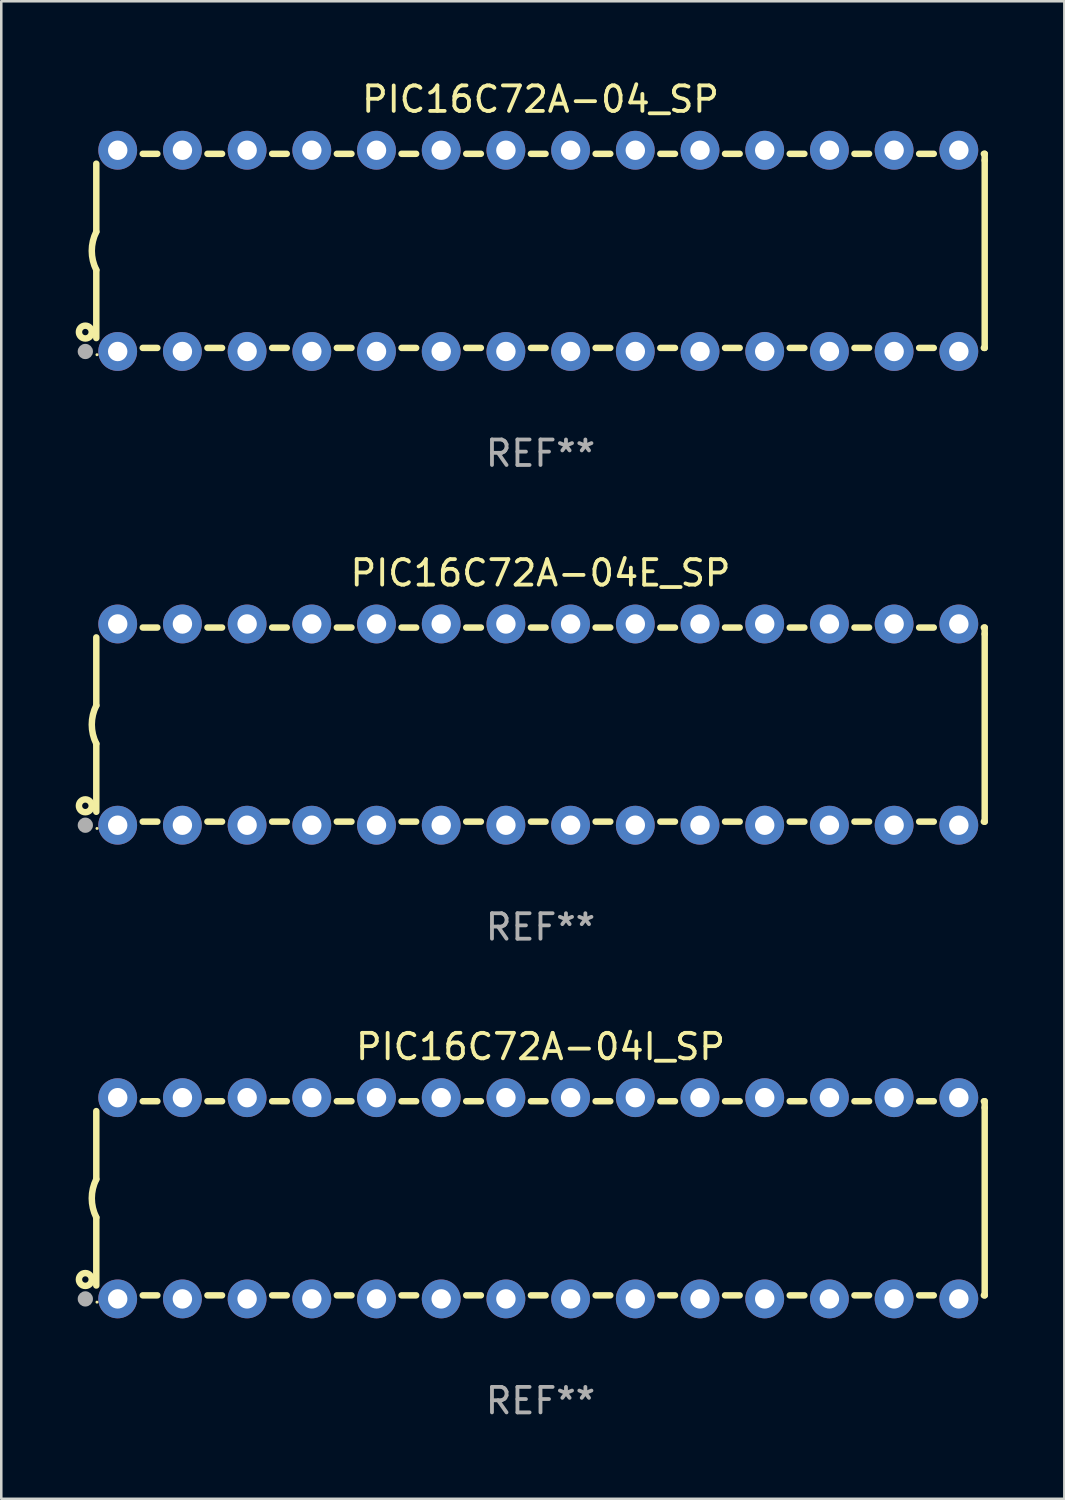
<source format=kicad_pcb>
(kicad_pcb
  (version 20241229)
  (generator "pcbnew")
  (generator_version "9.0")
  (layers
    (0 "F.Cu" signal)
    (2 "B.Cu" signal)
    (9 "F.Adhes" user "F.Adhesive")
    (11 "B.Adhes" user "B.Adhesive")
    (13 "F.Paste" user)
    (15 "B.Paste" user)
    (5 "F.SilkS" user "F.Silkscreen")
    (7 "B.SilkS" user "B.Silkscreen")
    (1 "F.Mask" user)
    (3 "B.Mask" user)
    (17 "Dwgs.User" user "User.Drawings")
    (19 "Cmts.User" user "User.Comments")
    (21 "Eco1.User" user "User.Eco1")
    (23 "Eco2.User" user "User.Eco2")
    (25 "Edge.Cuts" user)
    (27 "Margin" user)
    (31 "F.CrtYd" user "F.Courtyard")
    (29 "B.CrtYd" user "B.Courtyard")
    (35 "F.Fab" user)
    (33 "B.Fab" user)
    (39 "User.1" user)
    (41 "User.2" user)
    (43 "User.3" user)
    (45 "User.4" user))
  (footprint "PIC16C72A-04I_SP"
    (layer "F.Cu")
    (at 18.168 43.991)
    (property "Reference" "PIC16C72A-04I_SP" (at 0 -5.95 0) (layer "F.SilkS") (effects (font (size 1 1) (thickness 0.15))))
    (attr through_hole)
    (fp_line (start -17.438 0.75) (end -17.438 3.423) (stroke (width 0.254) (type solid)) (layer "F.SilkS"))
    (fp_line (start -17.438 -3.423) (end -17.438 -0.75) (stroke (width 0.254) (type solid)) (layer "F.SilkS"))
    (fp_line (start -15.615 3.81) (end -15.041 3.81) (stroke (width 0.254) (type solid)) (layer "F.SilkS"))
    (fp_line (start -15.041 -3.81) (end -15.614 -3.81) (stroke (width 0.254) (type solid)) (layer "F.SilkS"))
    (fp_line (start -13.075 3.81) (end -12.501 3.81) (stroke (width 0.254) (type solid)) (layer "F.SilkS"))
    (fp_line (start -12.501 -3.81) (end -13.074 -3.81) (stroke (width 0.254) (type solid)) (layer "F.SilkS"))
    (fp_line (start -10.535 3.81) (end -9.961 3.81) (stroke (width 0.254) (type solid)) (layer "F.SilkS"))
    (fp_line (start -9.961 -3.81) (end -10.534 -3.81) (stroke (width 0.254) (type solid)) (layer "F.SilkS"))
    (fp_line (start -7.995 3.81) (end -7.421 3.81) (stroke (width 0.254) (type solid)) (layer "F.SilkS"))
    (fp_line (start -7.421 -3.81) (end -7.995 -3.81) (stroke (width 0.254) (type solid)) (layer "F.SilkS"))
    (fp_line (start -5.455 3.81) (end -4.881 3.81) (stroke (width 0.254) (type solid)) (layer "F.SilkS"))
    (fp_line (start -4.881 -3.81) (end -5.455 -3.81) (stroke (width 0.254) (type solid)) (layer "F.SilkS"))
    (fp_line (start -2.915 3.81) (end -2.341 3.81) (stroke (width 0.254) (type solid)) (layer "F.SilkS"))
    (fp_line (start -2.341 -3.81) (end -2.915 -3.81) (stroke (width 0.254) (type solid)) (layer "F.SilkS"))
    (fp_line (start -0.375 3.81) (end 0.199 3.81) (stroke (width 0.254) (type solid)) (layer "F.SilkS"))
    (fp_line (start 0.199 -3.81) (end -0.375 -3.81) (stroke (width 0.254) (type solid)) (layer "F.SilkS"))
    (fp_line (start 2.165 3.81) (end 2.739 3.81) (stroke (width 0.254) (type solid)) (layer "F.SilkS"))
    (fp_line (start 2.739 -3.81) (end 2.165 -3.81) (stroke (width 0.254) (type solid)) (layer "F.SilkS"))
    (fp_line (start 4.705 3.81) (end 5.279 3.81) (stroke (width 0.254) (type solid)) (layer "F.SilkS"))
    (fp_line (start 5.279 -3.81) (end 4.705 -3.81) (stroke (width 0.254) (type solid)) (layer "F.SilkS"))
    (fp_line (start 7.245 3.81) (end 7.819 3.81) (stroke (width 0.254) (type solid)) (layer "F.SilkS"))
    (fp_line (start 7.819 -3.81) (end 7.245 -3.81) (stroke (width 0.254) (type solid)) (layer "F.SilkS"))
    (fp_line (start 9.785 3.81) (end 10.359 3.81) (stroke (width 0.254) (type solid)) (layer "F.SilkS"))
    (fp_line (start 10.359 -3.81) (end 9.785 -3.81) (stroke (width 0.254) (type solid)) (layer "F.SilkS"))
    (fp_line (start 12.325 3.81) (end 12.899 3.81) (stroke (width 0.254) (type solid)) (layer "F.SilkS"))
    (fp_line (start 12.899 -3.81) (end 12.325 -3.81) (stroke (width 0.254) (type solid)) (layer "F.SilkS"))
    (fp_line (start 14.865 3.81) (end 15.439 3.81) (stroke (width 0.254) (type solid)) (layer "F.SilkS"))
    (fp_line (start 15.439 -3.81) (end 14.865 -3.81) (stroke (width 0.254) (type solid)) (layer "F.SilkS"))
    (fp_line (start 17.405 3.81) (end 17.438 3.81) (stroke (width 0.254) (type solid)) (layer "F.SilkS"))
    (fp_line (start 17.438 -3.81) (end 17.405 -3.81) (stroke (width 0.254) (type solid)) (layer "F.SilkS"))
    (fp_line (start 17.438 -3.556) (end 17.438 -3.81) (stroke (width 0.254) (type solid)) (layer "F.SilkS"))
    (fp_line (start 17.438 3.81) (end 17.438 -3.556) (stroke (width 0.254) (type solid)) (layer "F.SilkS"))
    (fp_arc (start -17.437986 0.749657) (mid -17.614887 -0.000024) (end -17.437783 -0.749657) (stroke (width 0.254001) (type solid)) (layer "F.SilkS"))
    (fp_circle (center -17.868 3.188) (end -17.743 3.188) (stroke (width 0.254) (type solid)) (fill no) (layer "F.SilkS"))
    (fp_circle (center -17.411 4.077) (end -17.381 4.077) (stroke (width 0.06) (type solid)) (fill no) (layer "F.SilkS"))
    (fp_circle (center -17.868 3.95) (end -17.718 3.95) (stroke (width 0.3) (type solid)) (fill no) (layer "F.Fab"))
    (fp_text user "REF**" (at 0 7.95 0) (layer "F.Fab") (effects (font (size 1 1) (thickness 0.15))))
    (pad "1" thru_hole circle (at -16.598 3.95) (size 1.524 1.524) (drill 0.762) (layers "*.Cu" "*.Mask"))
    (pad "2" thru_hole circle (at -14.058 3.95) (size 1.524 1.524) (drill 0.762) (layers "*.Cu" "*.Mask"))
    (pad "3" thru_hole circle (at -11.518 3.95) (size 1.524 1.524) (drill 0.762) (layers "*.Cu" "*.Mask"))
    (pad "4" thru_hole circle (at -8.978 3.95) (size 1.524 1.524) (drill 0.762) (layers "*.Cu" "*.Mask"))
    (pad "5" thru_hole circle (at -6.438 3.95) (size 1.524 1.524) (drill 0.762) (layers "*.Cu" "*.Mask"))
    (pad "6" thru_hole circle (at -3.898 3.95) (size 1.524 1.524) (drill 0.762) (layers "*.Cu" "*.Mask"))
    (pad "7" thru_hole circle (at -1.358 3.95) (size 1.524 1.524) (drill 0.762) (layers "*.Cu" "*.Mask"))
    (pad "8" thru_hole circle (at 1.182 3.95) (size 1.524 1.524) (drill 0.762) (layers "*.Cu" "*.Mask"))
    (pad "9" thru_hole circle (at 3.722 3.95) (size 1.524 1.524) (drill 0.762) (layers "*.Cu" "*.Mask"))
    (pad "10" thru_hole circle (at 6.262 3.95) (size 1.524 1.524) (drill 0.762) (layers "*.Cu" "*.Mask"))
    (pad "11" thru_hole circle (at 8.802 3.95) (size 1.524 1.524) (drill 0.762) (layers "*.Cu" "*.Mask"))
    (pad "12" thru_hole circle (at 11.342 3.95) (size 1.524 1.524) (drill 0.762) (layers "*.Cu" "*.Mask"))
    (pad "13" thru_hole circle (at 13.882 3.95) (size 1.524 1.524) (drill 0.762) (layers "*.Cu" "*.Mask"))
    (pad "14" thru_hole circle (at 16.422 3.95) (size 1.524 1.524) (drill 0.762) (layers "*.Cu" "*.Mask"))
    (pad "15" thru_hole circle (at 16.422 -3.95) (size 1.524 1.524) (drill 0.762) (layers "*.Cu" "*.Mask"))
    (pad "16" thru_hole circle (at 13.882 -3.95) (size 1.524 1.524) (drill 0.762) (layers "*.Cu" "*.Mask"))
    (pad "17" thru_hole circle (at 11.342 -3.95) (size 1.524 1.524) (drill 0.762) (layers "*.Cu" "*.Mask"))
    (pad "18" thru_hole circle (at 8.802 -3.95) (size 1.524 1.524) (drill 0.762) (layers "*.Cu" "*.Mask"))
    (pad "19" thru_hole circle (at 6.262 -3.95) (size 1.524 1.524) (drill 0.762) (layers "*.Cu" "*.Mask"))
    (pad "20" thru_hole circle (at 3.722 -3.95) (size 1.524 1.524) (drill 0.762) (layers "*.Cu" "*.Mask"))
    (pad "21" thru_hole circle (at 1.182 -3.95) (size 1.524 1.524) (drill 0.762) (layers "*.Cu" "*.Mask"))
    (pad "22" thru_hole circle (at -1.358 -3.95) (size 1.524 1.524) (drill 0.762) (layers "*.Cu" "*.Mask"))
    (pad "23" thru_hole circle (at -3.898 -3.95) (size 1.524 1.524) (drill 0.762) (layers "*.Cu" "*.Mask"))
    (pad "24" thru_hole circle (at -6.438 -3.95) (size 1.524 1.524) (drill 0.762) (layers "*.Cu" "*.Mask"))
    (pad "25" thru_hole circle (at -8.978 -3.95) (size 1.524 1.524) (drill 0.762) (layers "*.Cu" "*.Mask"))
    (pad "26" thru_hole circle (at -11.517 -3.95) (size 1.524 1.524) (drill 0.762) (layers "*.Cu" "*.Mask"))
    (pad "27" thru_hole circle (at -14.057 -3.95) (size 1.524 1.524) (drill 0.762) (layers "*.Cu" "*.Mask"))
    (pad "28" thru_hole circle (at -16.597 -3.95) (size 1.524 1.524) (drill 0.762) (layers "*.Cu" "*.Mask")))
  (footprint "PIC16C72A-04E_SP"
    (layer "F.Cu")
    (at 18.168 25.395)
    (property "Reference" "PIC16C72A-04E_SP" (at 0 -5.95 0) (layer "F.SilkS") (effects (font (size 1 1) (thickness 0.15))))
    (attr through_hole)
    (fp_line (start -17.438 0.75) (end -17.438 3.423) (stroke (width 0.254) (type solid)) (layer "F.SilkS"))
    (fp_line (start -17.438 -3.423) (end -17.438 -0.75) (stroke (width 0.254) (type solid)) (layer "F.SilkS"))
    (fp_line (start -15.615 3.81) (end -15.041 3.81) (stroke (width 0.254) (type solid)) (layer "F.SilkS"))
    (fp_line (start -15.041 -3.81) (end -15.614 -3.81) (stroke (width 0.254) (type solid)) (layer "F.SilkS"))
    (fp_line (start -13.075 3.81) (end -12.501 3.81) (stroke (width 0.254) (type solid)) (layer "F.SilkS"))
    (fp_line (start -12.501 -3.81) (end -13.074 -3.81) (stroke (width 0.254) (type solid)) (layer "F.SilkS"))
    (fp_line (start -10.535 3.81) (end -9.961 3.81) (stroke (width 0.254) (type solid)) (layer "F.SilkS"))
    (fp_line (start -9.961 -3.81) (end -10.534 -3.81) (stroke (width 0.254) (type solid)) (layer "F.SilkS"))
    (fp_line (start -7.995 3.81) (end -7.421 3.81) (stroke (width 0.254) (type solid)) (layer "F.SilkS"))
    (fp_line (start -7.421 -3.81) (end -7.995 -3.81) (stroke (width 0.254) (type solid)) (layer "F.SilkS"))
    (fp_line (start -5.455 3.81) (end -4.881 3.81) (stroke (width 0.254) (type solid)) (layer "F.SilkS"))
    (fp_line (start -4.881 -3.81) (end -5.455 -3.81) (stroke (width 0.254) (type solid)) (layer "F.SilkS"))
    (fp_line (start -2.915 3.81) (end -2.341 3.81) (stroke (width 0.254) (type solid)) (layer "F.SilkS"))
    (fp_line (start -2.341 -3.81) (end -2.915 -3.81) (stroke (width 0.254) (type solid)) (layer "F.SilkS"))
    (fp_line (start -0.375 3.81) (end 0.199 3.81) (stroke (width 0.254) (type solid)) (layer "F.SilkS"))
    (fp_line (start 0.199 -3.81) (end -0.375 -3.81) (stroke (width 0.254) (type solid)) (layer "F.SilkS"))
    (fp_line (start 2.165 3.81) (end 2.739 3.81) (stroke (width 0.254) (type solid)) (layer "F.SilkS"))
    (fp_line (start 2.739 -3.81) (end 2.165 -3.81) (stroke (width 0.254) (type solid)) (layer "F.SilkS"))
    (fp_line (start 4.705 3.81) (end 5.279 3.81) (stroke (width 0.254) (type solid)) (layer "F.SilkS"))
    (fp_line (start 5.279 -3.81) (end 4.705 -3.81) (stroke (width 0.254) (type solid)) (layer "F.SilkS"))
    (fp_line (start 7.245 3.81) (end 7.819 3.81) (stroke (width 0.254) (type solid)) (layer "F.SilkS"))
    (fp_line (start 7.819 -3.81) (end 7.245 -3.81) (stroke (width 0.254) (type solid)) (layer "F.SilkS"))
    (fp_line (start 9.785 3.81) (end 10.359 3.81) (stroke (width 0.254) (type solid)) (layer "F.SilkS"))
    (fp_line (start 10.359 -3.81) (end 9.785 -3.81) (stroke (width 0.254) (type solid)) (layer "F.SilkS"))
    (fp_line (start 12.325 3.81) (end 12.899 3.81) (stroke (width 0.254) (type solid)) (layer "F.SilkS"))
    (fp_line (start 12.899 -3.81) (end 12.325 -3.81) (stroke (width 0.254) (type solid)) (layer "F.SilkS"))
    (fp_line (start 14.865 3.81) (end 15.439 3.81) (stroke (width 0.254) (type solid)) (layer "F.SilkS"))
    (fp_line (start 15.439 -3.81) (end 14.865 -3.81) (stroke (width 0.254) (type solid)) (layer "F.SilkS"))
    (fp_line (start 17.405 3.81) (end 17.438 3.81) (stroke (width 0.254) (type solid)) (layer "F.SilkS"))
    (fp_line (start 17.438 -3.81) (end 17.405 -3.81) (stroke (width 0.254) (type solid)) (layer "F.SilkS"))
    (fp_line (start 17.438 -3.556) (end 17.438 -3.81) (stroke (width 0.254) (type solid)) (layer "F.SilkS"))
    (fp_line (start 17.438 3.81) (end 17.438 -3.556) (stroke (width 0.254) (type solid)) (layer "F.SilkS"))
    (fp_arc (start -17.437986 0.749657) (mid -17.614887 -0.000024) (end -17.437783 -0.749657) (stroke (width 0.254001) (type solid)) (layer "F.SilkS"))
    (fp_circle (center -17.868 3.188) (end -17.743 3.188) (stroke (width 0.254) (type solid)) (fill no) (layer "F.SilkS"))
    (fp_circle (center -17.411 4.077) (end -17.381 4.077) (stroke (width 0.06) (type solid)) (fill no) (layer "F.SilkS"))
    (fp_circle (center -17.868 3.95) (end -17.718 3.95) (stroke (width 0.3) (type solid)) (fill no) (layer "F.Fab"))
    (fp_text user "REF**" (at 0 7.95 0) (layer "F.Fab") (effects (font (size 1 1) (thickness 0.15))))
    (pad "1" thru_hole circle (at -16.598 3.95) (size 1.524 1.524) (drill 0.762) (layers "*.Cu" "*.Mask"))
    (pad "2" thru_hole circle (at -14.058 3.95) (size 1.524 1.524) (drill 0.762) (layers "*.Cu" "*.Mask"))
    (pad "3" thru_hole circle (at -11.518 3.95) (size 1.524 1.524) (drill 0.762) (layers "*.Cu" "*.Mask"))
    (pad "4" thru_hole circle (at -8.978 3.95) (size 1.524 1.524) (drill 0.762) (layers "*.Cu" "*.Mask"))
    (pad "5" thru_hole circle (at -6.438 3.95) (size 1.524 1.524) (drill 0.762) (layers "*.Cu" "*.Mask"))
    (pad "6" thru_hole circle (at -3.898 3.95) (size 1.524 1.524) (drill 0.762) (layers "*.Cu" "*.Mask"))
    (pad "7" thru_hole circle (at -1.358 3.95) (size 1.524 1.524) (drill 0.762) (layers "*.Cu" "*.Mask"))
    (pad "8" thru_hole circle (at 1.182 3.95) (size 1.524 1.524) (drill 0.762) (layers "*.Cu" "*.Mask"))
    (pad "9" thru_hole circle (at 3.722 3.95) (size 1.524 1.524) (drill 0.762) (layers "*.Cu" "*.Mask"))
    (pad "10" thru_hole circle (at 6.262 3.95) (size 1.524 1.524) (drill 0.762) (layers "*.Cu" "*.Mask"))
    (pad "11" thru_hole circle (at 8.802 3.95) (size 1.524 1.524) (drill 0.762) (layers "*.Cu" "*.Mask"))
    (pad "12" thru_hole circle (at 11.342 3.95) (size 1.524 1.524) (drill 0.762) (layers "*.Cu" "*.Mask"))
    (pad "13" thru_hole circle (at 13.882 3.95) (size 1.524 1.524) (drill 0.762) (layers "*.Cu" "*.Mask"))
    (pad "14" thru_hole circle (at 16.422 3.95) (size 1.524 1.524) (drill 0.762) (layers "*.Cu" "*.Mask"))
    (pad "15" thru_hole circle (at 16.422 -3.95) (size 1.524 1.524) (drill 0.762) (layers "*.Cu" "*.Mask"))
    (pad "16" thru_hole circle (at 13.882 -3.95) (size 1.524 1.524) (drill 0.762) (layers "*.Cu" "*.Mask"))
    (pad "17" thru_hole circle (at 11.342 -3.95) (size 1.524 1.524) (drill 0.762) (layers "*.Cu" "*.Mask"))
    (pad "18" thru_hole circle (at 8.802 -3.95) (size 1.524 1.524) (drill 0.762) (layers "*.Cu" "*.Mask"))
    (pad "19" thru_hole circle (at 6.262 -3.95) (size 1.524 1.524) (drill 0.762) (layers "*.Cu" "*.Mask"))
    (pad "20" thru_hole circle (at 3.722 -3.95) (size 1.524 1.524) (drill 0.762) (layers "*.Cu" "*.Mask"))
    (pad "21" thru_hole circle (at 1.182 -3.95) (size 1.524 1.524) (drill 0.762) (layers "*.Cu" "*.Mask"))
    (pad "22" thru_hole circle (at -1.358 -3.95) (size 1.524 1.524) (drill 0.762) (layers "*.Cu" "*.Mask"))
    (pad "23" thru_hole circle (at -3.898 -3.95) (size 1.524 1.524) (drill 0.762) (layers "*.Cu" "*.Mask"))
    (pad "24" thru_hole circle (at -6.438 -3.95) (size 1.524 1.524) (drill 0.762) (layers "*.Cu" "*.Mask"))
    (pad "25" thru_hole circle (at -8.978 -3.95) (size 1.524 1.524) (drill 0.762) (layers "*.Cu" "*.Mask"))
    (pad "26" thru_hole circle (at -11.517 -3.95) (size 1.524 1.524) (drill 0.762) (layers "*.Cu" "*.Mask"))
    (pad "27" thru_hole circle (at -14.057 -3.95) (size 1.524 1.524) (drill 0.762) (layers "*.Cu" "*.Mask"))
    (pad "28" thru_hole circle (at -16.597 -3.95) (size 1.524 1.524) (drill 0.762) (layers "*.Cu" "*.Mask")))
  (footprint "PIC16C72A-04_SP"
    (layer "F.Cu")
    (at 18.168 6.798)
    (property "Reference" "PIC16C72A-04_SP" (at 0 -5.95 0) (layer "F.SilkS") (effects (font (size 1 1) (thickness 0.15))))
    (attr through_hole)
    (fp_line (start -17.438 0.75) (end -17.438 3.423) (stroke (width 0.254) (type solid)) (layer "F.SilkS"))
    (fp_line (start -17.438 -3.423) (end -17.438 -0.75) (stroke (width 0.254) (type solid)) (layer "F.SilkS"))
    (fp_line (start -15.615 3.81) (end -15.041 3.81) (stroke (width 0.254) (type solid)) (layer "F.SilkS"))
    (fp_line (start -15.041 -3.81) (end -15.614 -3.81) (stroke (width 0.254) (type solid)) (layer "F.SilkS"))
    (fp_line (start -13.075 3.81) (end -12.501 3.81) (stroke (width 0.254) (type solid)) (layer "F.SilkS"))
    (fp_line (start -12.501 -3.81) (end -13.074 -3.81) (stroke (width 0.254) (type solid)) (layer "F.SilkS"))
    (fp_line (start -10.535 3.81) (end -9.961 3.81) (stroke (width 0.254) (type solid)) (layer "F.SilkS"))
    (fp_line (start -9.961 -3.81) (end -10.534 -3.81) (stroke (width 0.254) (type solid)) (layer "F.SilkS"))
    (fp_line (start -7.995 3.81) (end -7.421 3.81) (stroke (width 0.254) (type solid)) (layer "F.SilkS"))
    (fp_line (start -7.421 -3.81) (end -7.995 -3.81) (stroke (width 0.254) (type solid)) (layer "F.SilkS"))
    (fp_line (start -5.455 3.81) (end -4.881 3.81) (stroke (width 0.254) (type solid)) (layer "F.SilkS"))
    (fp_line (start -4.881 -3.81) (end -5.455 -3.81) (stroke (width 0.254) (type solid)) (layer "F.SilkS"))
    (fp_line (start -2.915 3.81) (end -2.341 3.81) (stroke (width 0.254) (type solid)) (layer "F.SilkS"))
    (fp_line (start -2.341 -3.81) (end -2.915 -3.81) (stroke (width 0.254) (type solid)) (layer "F.SilkS"))
    (fp_line (start -0.375 3.81) (end 0.199 3.81) (stroke (width 0.254) (type solid)) (layer "F.SilkS"))
    (fp_line (start 0.199 -3.81) (end -0.375 -3.81) (stroke (width 0.254) (type solid)) (layer "F.SilkS"))
    (fp_line (start 2.165 3.81) (end 2.739 3.81) (stroke (width 0.254) (type solid)) (layer "F.SilkS"))
    (fp_line (start 2.739 -3.81) (end 2.165 -3.81) (stroke (width 0.254) (type solid)) (layer "F.SilkS"))
    (fp_line (start 4.705 3.81) (end 5.279 3.81) (stroke (width 0.254) (type solid)) (layer "F.SilkS"))
    (fp_line (start 5.279 -3.81) (end 4.705 -3.81) (stroke (width 0.254) (type solid)) (layer "F.SilkS"))
    (fp_line (start 7.245 3.81) (end 7.819 3.81) (stroke (width 0.254) (type solid)) (layer "F.SilkS"))
    (fp_line (start 7.819 -3.81) (end 7.245 -3.81) (stroke (width 0.254) (type solid)) (layer "F.SilkS"))
    (fp_line (start 9.785 3.81) (end 10.359 3.81) (stroke (width 0.254) (type solid)) (layer "F.SilkS"))
    (fp_line (start 10.359 -3.81) (end 9.785 -3.81) (stroke (width 0.254) (type solid)) (layer "F.SilkS"))
    (fp_line (start 12.325 3.81) (end 12.899 3.81) (stroke (width 0.254) (type solid)) (layer "F.SilkS"))
    (fp_line (start 12.899 -3.81) (end 12.325 -3.81) (stroke (width 0.254) (type solid)) (layer "F.SilkS"))
    (fp_line (start 14.865 3.81) (end 15.439 3.81) (stroke (width 0.254) (type solid)) (layer "F.SilkS"))
    (fp_line (start 15.439 -3.81) (end 14.865 -3.81) (stroke (width 0.254) (type solid)) (layer "F.SilkS"))
    (fp_line (start 17.405 3.81) (end 17.438 3.81) (stroke (width 0.254) (type solid)) (layer "F.SilkS"))
    (fp_line (start 17.438 -3.81) (end 17.405 -3.81) (stroke (width 0.254) (type solid)) (layer "F.SilkS"))
    (fp_line (start 17.438 -3.556) (end 17.438 -3.81) (stroke (width 0.254) (type solid)) (layer "F.SilkS"))
    (fp_line (start 17.438 3.81) (end 17.438 -3.556) (stroke (width 0.254) (type solid)) (layer "F.SilkS"))
    (fp_arc (start -17.437986 0.749657) (mid -17.614887 -0.000024) (end -17.437783 -0.749657) (stroke (width 0.254001) (type solid)) (layer "F.SilkS"))
    (fp_circle (center -17.868 3.188) (end -17.743 3.188) (stroke (width 0.254) (type solid)) (fill no) (layer "F.SilkS"))
    (fp_circle (center -17.411 4.077) (end -17.381 4.077) (stroke (width 0.06) (type solid)) (fill no) (layer "F.SilkS"))
    (fp_circle (center -17.868 3.95) (end -17.718 3.95) (stroke (width 0.3) (type solid)) (fill no) (layer "F.Fab"))
    (fp_text user "REF**" (at 0 7.95 0) (layer "F.Fab") (effects (font (size 1 1) (thickness 0.15))))
    (pad "1" thru_hole circle (at -16.598 3.95) (size 1.524 1.524) (drill 0.762) (layers "*.Cu" "*.Mask"))
    (pad "2" thru_hole circle (at -14.058 3.95) (size 1.524 1.524) (drill 0.762) (layers "*.Cu" "*.Mask"))
    (pad "3" thru_hole circle (at -11.518 3.95) (size 1.524 1.524) (drill 0.762) (layers "*.Cu" "*.Mask"))
    (pad "4" thru_hole circle (at -8.978 3.95) (size 1.524 1.524) (drill 0.762) (layers "*.Cu" "*.Mask"))
    (pad "5" thru_hole circle (at -6.438 3.95) (size 1.524 1.524) (drill 0.762) (layers "*.Cu" "*.Mask"))
    (pad "6" thru_hole circle (at -3.898 3.95) (size 1.524 1.524) (drill 0.762) (layers "*.Cu" "*.Mask"))
    (pad "7" thru_hole circle (at -1.358 3.95) (size 1.524 1.524) (drill 0.762) (layers "*.Cu" "*.Mask"))
    (pad "8" thru_hole circle (at 1.182 3.95) (size 1.524 1.524) (drill 0.762) (layers "*.Cu" "*.Mask"))
    (pad "9" thru_hole circle (at 3.722 3.95) (size 1.524 1.524) (drill 0.762) (layers "*.Cu" "*.Mask"))
    (pad "10" thru_hole circle (at 6.262 3.95) (size 1.524 1.524) (drill 0.762) (layers "*.Cu" "*.Mask"))
    (pad "11" thru_hole circle (at 8.802 3.95) (size 1.524 1.524) (drill 0.762) (layers "*.Cu" "*.Mask"))
    (pad "12" thru_hole circle (at 11.342 3.95) (size 1.524 1.524) (drill 0.762) (layers "*.Cu" "*.Mask"))
    (pad "13" thru_hole circle (at 13.882 3.95) (size 1.524 1.524) (drill 0.762) (layers "*.Cu" "*.Mask"))
    (pad "14" thru_hole circle (at 16.422 3.95) (size 1.524 1.524) (drill 0.762) (layers "*.Cu" "*.Mask"))
    (pad "15" thru_hole circle (at 16.422 -3.95) (size 1.524 1.524) (drill 0.762) (layers "*.Cu" "*.Mask"))
    (pad "16" thru_hole circle (at 13.882 -3.95) (size 1.524 1.524) (drill 0.762) (layers "*.Cu" "*.Mask"))
    (pad "17" thru_hole circle (at 11.342 -3.95) (size 1.524 1.524) (drill 0.762) (layers "*.Cu" "*.Mask"))
    (pad "18" thru_hole circle (at 8.802 -3.95) (size 1.524 1.524) (drill 0.762) (layers "*.Cu" "*.Mask"))
    (pad "19" thru_hole circle (at 6.262 -3.95) (size 1.524 1.524) (drill 0.762) (layers "*.Cu" "*.Mask"))
    (pad "20" thru_hole circle (at 3.722 -3.95) (size 1.524 1.524) (drill 0.762) (layers "*.Cu" "*.Mask"))
    (pad "21" thru_hole circle (at 1.182 -3.95) (size 1.524 1.524) (drill 0.762) (layers "*.Cu" "*.Mask"))
    (pad "22" thru_hole circle (at -1.358 -3.95) (size 1.524 1.524) (drill 0.762) (layers "*.Cu" "*.Mask"))
    (pad "23" thru_hole circle (at -3.898 -3.95) (size 1.524 1.524) (drill 0.762) (layers "*.Cu" "*.Mask"))
    (pad "24" thru_hole circle (at -6.438 -3.95) (size 1.524 1.524) (drill 0.762) (layers "*.Cu" "*.Mask"))
    (pad "25" thru_hole circle (at -8.978 -3.95) (size 1.524 1.524) (drill 0.762) (layers "*.Cu" "*.Mask"))
    (pad "26" thru_hole circle (at -11.517 -3.95) (size 1.524 1.524) (drill 0.762) (layers "*.Cu" "*.Mask"))
    (pad "27" thru_hole circle (at -14.057 -3.95) (size 1.524 1.524) (drill 0.762) (layers "*.Cu" "*.Mask"))
    (pad "28" thru_hole circle (at -16.597 -3.95) (size 1.524 1.524) (drill 0.762) (layers "*.Cu" "*.Mask")))
  (gr_rect
    (start -3 -3)
    (end 38.733 55.789)
    (stroke (width 0.1) (type default))
    (fill no)
    (layer "Edge.Cuts")))
</source>
